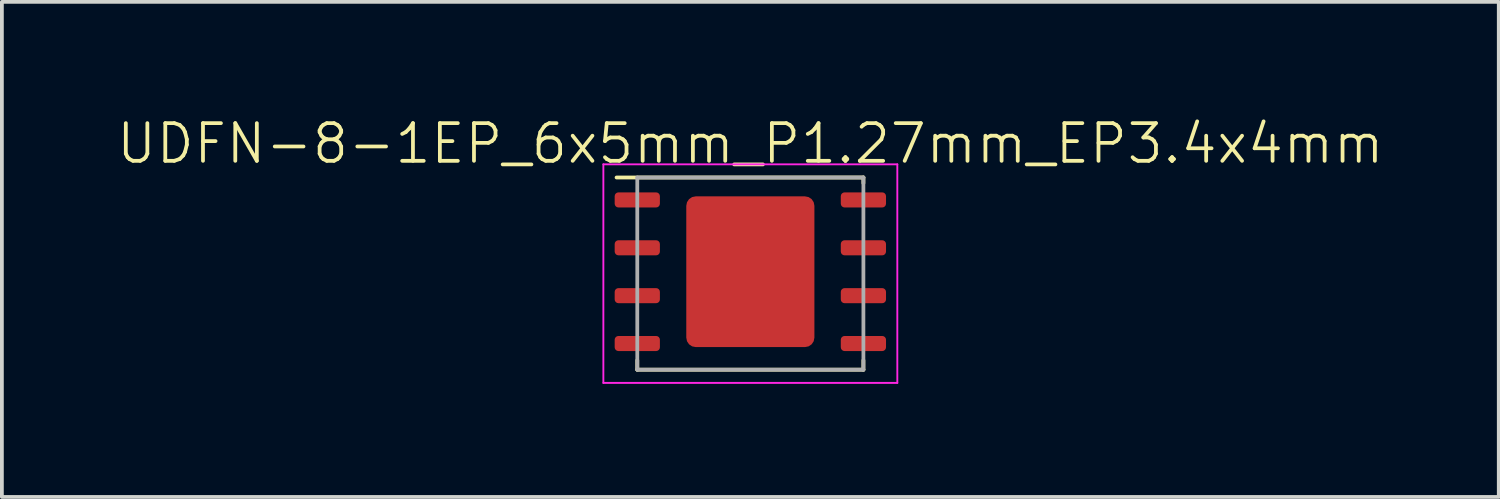
<source format=kicad_pcb>
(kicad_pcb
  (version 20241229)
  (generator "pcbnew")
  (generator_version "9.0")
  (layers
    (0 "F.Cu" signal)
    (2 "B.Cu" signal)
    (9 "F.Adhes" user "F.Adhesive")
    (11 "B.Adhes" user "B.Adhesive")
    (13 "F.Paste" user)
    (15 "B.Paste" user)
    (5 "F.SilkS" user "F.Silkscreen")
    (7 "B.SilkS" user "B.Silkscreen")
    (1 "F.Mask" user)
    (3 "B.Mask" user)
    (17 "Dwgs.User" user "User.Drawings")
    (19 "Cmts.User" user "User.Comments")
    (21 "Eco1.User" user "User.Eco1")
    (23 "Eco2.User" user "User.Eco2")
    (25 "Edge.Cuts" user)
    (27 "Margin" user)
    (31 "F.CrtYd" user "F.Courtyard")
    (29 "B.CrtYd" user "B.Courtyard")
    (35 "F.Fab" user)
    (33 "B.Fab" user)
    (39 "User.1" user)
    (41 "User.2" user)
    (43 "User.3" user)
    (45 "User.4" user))
  (footprint "UDFN-8-1EP_6x5mm_P1.27mm_EP3.4x4mm"
    (layer "F.Cu")
    (at 16.86 4.16)
    (property "Reference" "UDFN-8-1EP_6x5mm_P1.27mm_EP3.4x4mm" (at 0 -3.4 0) (layer "F.SilkS") (effects (font (size 1 1) (thickness 0.1))))
    (attr through_hole)
    (fp_line (start -3 2.35) (end -3 2.6) (stroke (width 0.1) (type solid)) (layer "F.SilkS"))
    (fp_line (start -3 2.6) (end 3 2.6) (stroke (width 0.1) (type solid)) (layer "F.SilkS"))
    (fp_line (start 3 -2.5) (end -3.55 -2.5) (stroke (width 0.1) (type solid)) (layer "F.SilkS"))
    (fp_line (start 3 -2.5) (end 3 -2.35) (stroke (width 0.1) (type solid)) (layer "F.SilkS"))
    (fp_line (start 3 2.35) (end 3 2.6) (stroke (width 0.1) (type solid)) (layer "F.SilkS"))
    (fp_line (start -3.9 -2.85) (end -3.9 2.95) (stroke (width 0.05) (type solid)) (layer "F.CrtYd"))
    (fp_line (start -3.9 2.95) (end 3.9 2.95) (stroke (width 0.05) (type solid)) (layer "F.CrtYd"))
    (fp_line (start 3.9 -2.85) (end -3.9 -2.85) (stroke (width 0.05) (type solid)) (layer "F.CrtYd"))
    (fp_line (start 3.9 2.95) (end 3.9 -2.85) (stroke (width 0.05) (type solid)) (layer "F.CrtYd"))
    (fp_line (start -3 -2.5) (end -3 2.6) (stroke (width 0.1) (type solid)) (layer "F.Fab"))
    (fp_line (start -3 2.6) (end 3 2.6) (stroke (width 0.1) (type solid)) (layer "F.Fab"))
    (fp_line (start 3 -2.5) (end -3 -2.5) (stroke (width 0.1) (type solid)) (layer "F.Fab"))
    (fp_line (start 3 2.6) (end 3 -2.5) (stroke (width 0.1) (type solid)) (layer "F.Fab"))
    (pad "1" smd roundrect (at -3 -1.905) (size 1.2 0.4) (layers "F.Cu" "F.Mask" "F.Paste") (roundrect_rratio 0.25))
    (pad "2" smd roundrect (at -3 -0.635) (size 1.2 0.4) (layers "F.Cu" "F.Mask" "F.Paste") (roundrect_rratio 0.25))
    (pad "3" smd roundrect (at -3 0.635) (size 1.2 0.4) (layers "F.Cu" "F.Mask" "F.Paste") (roundrect_rratio 0.25))
    (pad "4" smd roundrect (at -3 1.905) (size 1.2 0.4) (layers "F.Cu" "F.Mask" "F.Paste") (roundrect_rratio 0.25))
    (pad "5" smd roundrect (at 3 1.905) (size 1.2 0.4) (layers "F.Cu" "F.Mask" "F.Paste") (roundrect_rratio 0.25))
    (pad "6" smd roundrect (at 3 0.635) (size 1.2 0.4) (layers "F.Cu" "F.Mask" "F.Paste") (roundrect_rratio 0.25))
    (pad "7" smd roundrect (at 3 -0.635) (size 1.2 0.4) (layers "F.Cu" "F.Mask" "F.Paste") (roundrect_rratio 0.25))
    (pad "8" smd roundrect (at 3 -1.905) (size 1.2 0.4) (layers "F.Cu" "F.Mask" "F.Paste") (roundrect_rratio 0.25))
    (pad "9" smd roundrect (at 0 0) (size 3.4 4) (layers "F.Cu" "F.Mask" "F.Paste") (roundrect_rratio 0.074)))
  (gr_rect
    (start -3 -3)
    (end 36.719 10.136)
    (stroke (width 0.1) (type default))
    (fill no)
    (layer "Edge.Cuts")))
</source>
